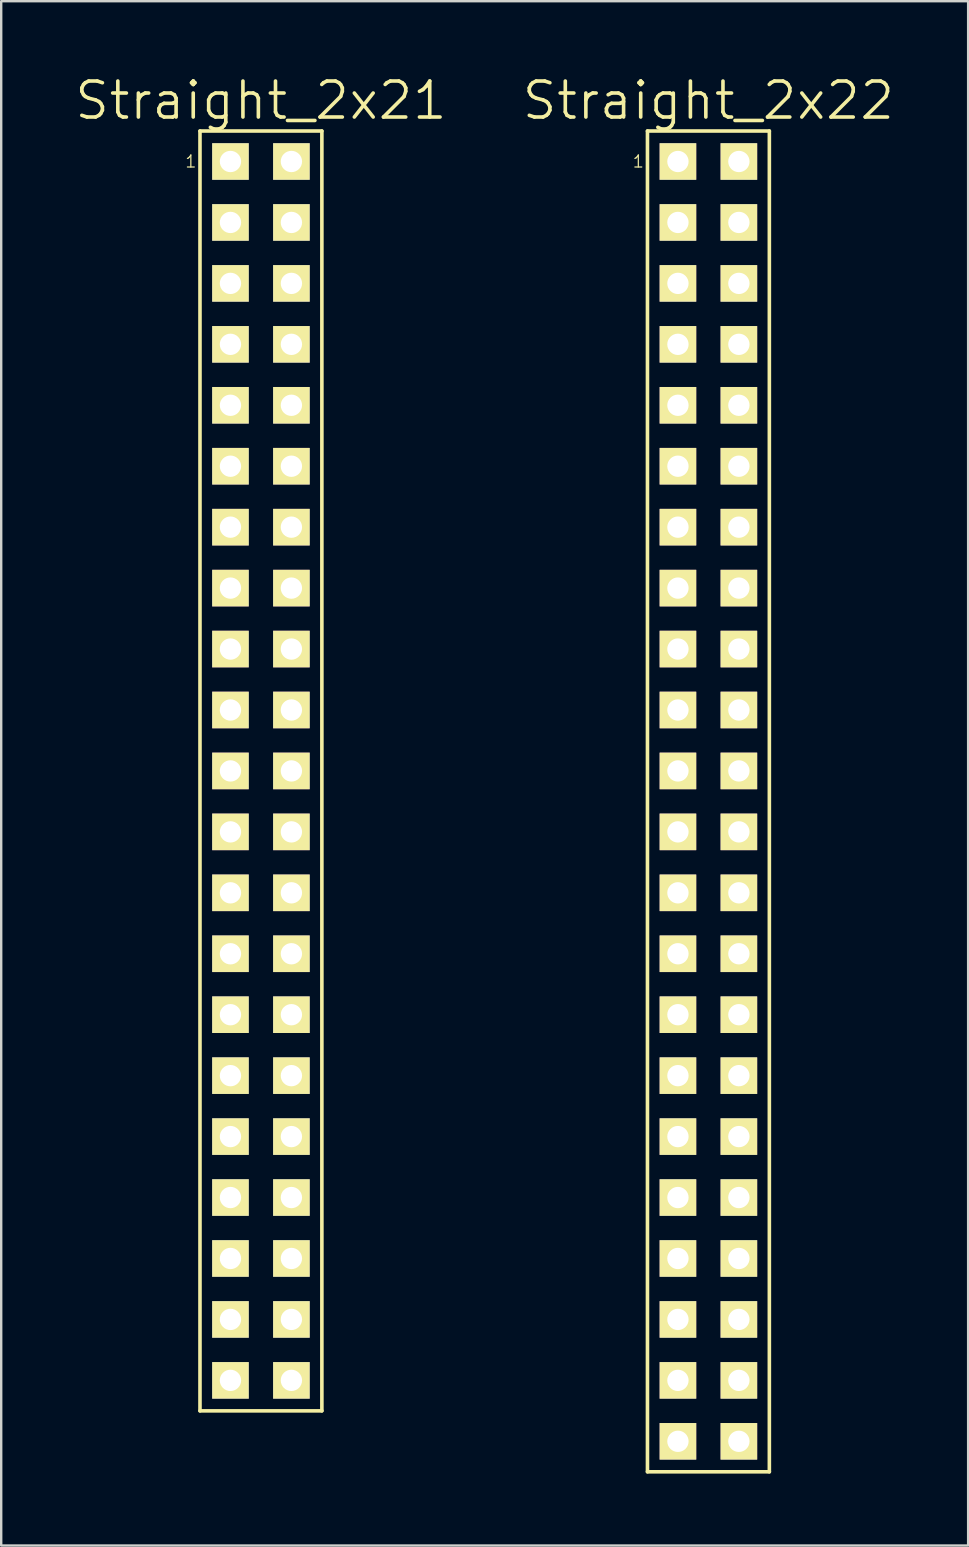
<source format=kicad_pcb>
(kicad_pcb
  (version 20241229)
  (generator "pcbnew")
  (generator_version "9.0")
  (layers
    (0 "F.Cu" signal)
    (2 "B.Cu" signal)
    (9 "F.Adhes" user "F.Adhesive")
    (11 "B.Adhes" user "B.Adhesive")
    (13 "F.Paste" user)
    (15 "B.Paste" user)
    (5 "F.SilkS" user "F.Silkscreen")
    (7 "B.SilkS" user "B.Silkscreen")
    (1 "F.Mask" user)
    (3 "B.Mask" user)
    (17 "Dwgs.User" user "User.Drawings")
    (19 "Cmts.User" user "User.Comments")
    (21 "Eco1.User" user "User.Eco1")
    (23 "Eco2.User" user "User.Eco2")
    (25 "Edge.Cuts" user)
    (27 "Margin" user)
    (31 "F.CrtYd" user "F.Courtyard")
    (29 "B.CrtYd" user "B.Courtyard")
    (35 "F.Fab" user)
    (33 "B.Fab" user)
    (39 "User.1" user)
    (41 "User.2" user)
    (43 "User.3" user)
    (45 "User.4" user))
  (footprint "Straight_2x22"
    (layer "F.Cu")
    (at 26.475 30.351)
    (property "Reference" "Straight_2x22" (at 0 -29.21 0) (layer "F.SilkS") (effects (font (size 1.5 1.5) (thickness 0.15))))
    (attr through_hole)
    (fp_line (start -2.54 -27.94) (end 2.54 -27.94) (stroke (width 0.15) (type solid)) (layer "F.SilkS"))
    (fp_line (start -2.54 27.94) (end -2.54 -27.94) (stroke (width 0.15) (type solid)) (layer "F.SilkS"))
    (fp_line (start 2.54 -27.94) (end 2.54 27.94) (stroke (width 0.15) (type solid)) (layer "F.SilkS"))
    (fp_line (start 2.54 27.94) (end -2.54 27.94) (stroke (width 0.15) (type solid)) (layer "F.SilkS"))
    (fp_text user "1" (at -2.921 -26.67 0) (layer "F.SilkS") (effects (font (size 0.5 0.5) (thickness 0.05))))
    (pad "1" thru_hole rect (at -1.27 -26.67) (size 1.524 1.524) (drill 0.889) (layers "*.Cu" "*.Mask" "F.SilkS"))
    (pad "2" thru_hole rect (at 1.27 -26.67) (size 1.524 1.524) (drill 0.889) (layers "*.Cu" "*.Mask" "F.SilkS"))
    (pad "3" thru_hole rect (at -1.27 -24.13) (size 1.524 1.524) (drill 0.889) (layers "*.Cu" "*.Mask" "F.SilkS"))
    (pad "4" thru_hole rect (at 1.27 -24.13) (size 1.524 1.524) (drill 0.889) (layers "*.Cu" "*.Mask" "F.SilkS"))
    (pad "5" thru_hole rect (at -1.27 -21.59) (size 1.524 1.524) (drill 0.889) (layers "*.Cu" "*.Mask" "F.SilkS"))
    (pad "6" thru_hole rect (at 1.27 -21.59) (size 1.524 1.524) (drill 0.889) (layers "*.Cu" "*.Mask" "F.SilkS"))
    (pad "7" thru_hole rect (at -1.27 -19.05) (size 1.524 1.524) (drill 0.889) (layers "*.Cu" "*.Mask" "F.SilkS"))
    (pad "8" thru_hole rect (at 1.27 -19.05) (size 1.524 1.524) (drill 0.889) (layers "*.Cu" "*.Mask" "F.SilkS"))
    (pad "9" thru_hole rect (at -1.27 -16.51) (size 1.524 1.524) (drill 0.889) (layers "*.Cu" "*.Mask" "F.SilkS"))
    (pad "10" thru_hole rect (at 1.27 -16.51) (size 1.524 1.524) (drill 0.889) (layers "*.Cu" "*.Mask" "F.SilkS"))
    (pad "11" thru_hole rect (at -1.27 -13.97) (size 1.524 1.524) (drill 0.889) (layers "*.Cu" "*.Mask" "F.SilkS"))
    (pad "12" thru_hole rect (at 1.27 -13.97) (size 1.524 1.524) (drill 0.889) (layers "*.Cu" "*.Mask" "F.SilkS"))
    (pad "13" thru_hole rect (at -1.27 -11.43) (size 1.524 1.524) (drill 0.889) (layers "*.Cu" "*.Mask" "F.SilkS"))
    (pad "14" thru_hole rect (at 1.27 -11.43) (size 1.524 1.524) (drill 0.889) (layers "*.Cu" "*.Mask" "F.SilkS"))
    (pad "15" thru_hole rect (at -1.27 -8.89) (size 1.524 1.524) (drill 0.889) (layers "*.Cu" "*.Mask" "F.SilkS"))
    (pad "16" thru_hole rect (at 1.27 -8.89) (size 1.524 1.524) (drill 0.889) (layers "*.Cu" "*.Mask" "F.SilkS"))
    (pad "17" thru_hole rect (at -1.27 -6.35) (size 1.524 1.524) (drill 0.889) (layers "*.Cu" "*.Mask" "F.SilkS"))
    (pad "18" thru_hole rect (at 1.27 -6.35) (size 1.524 1.524) (drill 0.889) (layers "*.Cu" "*.Mask" "F.SilkS"))
    (pad "19" thru_hole rect (at -1.27 -3.81) (size 1.524 1.524) (drill 0.889) (layers "*.Cu" "*.Mask" "F.SilkS"))
    (pad "20" thru_hole rect (at 1.27 -3.81) (size 1.524 1.524) (drill 0.889) (layers "*.Cu" "*.Mask" "F.SilkS"))
    (pad "21" thru_hole rect (at -1.27 -1.27) (size 1.524 1.524) (drill 0.889) (layers "*.Cu" "*.Mask" "F.SilkS"))
    (pad "22" thru_hole rect (at 1.27 -1.27) (size 1.524 1.524) (drill 0.889) (layers "*.Cu" "*.Mask" "F.SilkS"))
    (pad "23" thru_hole rect (at -1.27 1.27) (size 1.524 1.524) (drill 0.889) (layers "*.Cu" "*.Mask" "F.SilkS"))
    (pad "24" thru_hole rect (at 1.27 1.27) (size 1.524 1.524) (drill 0.889) (layers "*.Cu" "*.Mask" "F.SilkS"))
    (pad "25" thru_hole rect (at -1.27 3.81) (size 1.524 1.524) (drill 0.889) (layers "*.Cu" "*.Mask" "F.SilkS"))
    (pad "26" thru_hole rect (at 1.27 3.81) (size 1.524 1.524) (drill 0.889) (layers "*.Cu" "*.Mask" "F.SilkS"))
    (pad "27" thru_hole rect (at -1.27 6.35) (size 1.524 1.524) (drill 0.889) (layers "*.Cu" "*.Mask" "F.SilkS"))
    (pad "28" thru_hole rect (at 1.27 6.35) (size 1.524 1.524) (drill 0.889) (layers "*.Cu" "*.Mask" "F.SilkS"))
    (pad "29" thru_hole rect (at -1.27 8.89) (size 1.524 1.524) (drill 0.889) (layers "*.Cu" "*.Mask" "F.SilkS"))
    (pad "30" thru_hole rect (at 1.27 8.89) (size 1.524 1.524) (drill 0.889) (layers "*.Cu" "*.Mask" "F.SilkS"))
    (pad "31" thru_hole rect (at -1.27 11.43) (size 1.524 1.524) (drill 0.889) (layers "*.Cu" "*.Mask" "F.SilkS"))
    (pad "32" thru_hole rect (at 1.27 11.43) (size 1.524 1.524) (drill 0.889) (layers "*.Cu" "*.Mask" "F.SilkS"))
    (pad "33" thru_hole rect (at -1.27 13.97) (size 1.524 1.524) (drill 0.889) (layers "*.Cu" "*.Mask" "F.SilkS"))
    (pad "34" thru_hole rect (at 1.27 13.97) (size 1.524 1.524) (drill 0.889) (layers "*.Cu" "*.Mask" "F.SilkS"))
    (pad "35" thru_hole rect (at -1.27 16.51) (size 1.524 1.524) (drill 0.889) (layers "*.Cu" "*.Mask" "F.SilkS"))
    (pad "36" thru_hole rect (at 1.27 16.51) (size 1.524 1.524) (drill 0.889) (layers "*.Cu" "*.Mask" "F.SilkS"))
    (pad "37" thru_hole rect (at -1.27 19.05) (size 1.524 1.524) (drill 0.889) (layers "*.Cu" "*.Mask" "F.SilkS"))
    (pad "38" thru_hole rect (at 1.27 19.05) (size 1.524 1.524) (drill 0.889) (layers "*.Cu" "*.Mask" "F.SilkS"))
    (pad "39" thru_hole rect (at -1.27 21.59) (size 1.524 1.524) (drill 0.889) (layers "*.Cu" "*.Mask" "F.SilkS"))
    (pad "40" thru_hole rect (at 1.27 21.59) (size 1.524 1.524) (drill 0.889) (layers "*.Cu" "*.Mask" "F.SilkS"))
    (pad "41" thru_hole rect (at -1.27 24.13) (size 1.524 1.524) (drill 0.889) (layers "*.Cu" "*.Mask" "F.SilkS"))
    (pad "42" thru_hole rect (at 1.27 24.13) (size 1.524 1.524) (drill 0.889) (layers "*.Cu" "*.Mask" "F.SilkS"))
    (pad "43" thru_hole rect (at -1.27 26.67) (size 1.524 1.524) (drill 0.889) (layers "*.Cu" "*.Mask" "F.SilkS"))
    (pad "44" thru_hole rect (at 1.27 26.67) (size 1.524 1.524) (drill 0.889) (layers "*.Cu" "*.Mask" "F.SilkS")))
  (footprint "Straight_2x21"
    (layer "F.Cu")
    (at 7.825 29.081)
    (property "Reference" "Straight_2x21" (at 0 -27.94 0) (layer "F.SilkS") (effects (font (size 1.5 1.5) (thickness 0.15))))
    (attr through_hole)
    (fp_line (start -2.54 -26.67) (end 2.54 -26.67) (stroke (width 0.15) (type solid)) (layer "F.SilkS"))
    (fp_line (start -2.54 26.67) (end -2.54 -26.67) (stroke (width 0.15) (type solid)) (layer "F.SilkS"))
    (fp_line (start 2.54 -26.67) (end 2.54 26.67) (stroke (width 0.15) (type solid)) (layer "F.SilkS"))
    (fp_line (start 2.54 26.67) (end -2.54 26.67) (stroke (width 0.15) (type solid)) (layer "F.SilkS"))
    (fp_text user "1" (at -2.921 -25.4 0) (layer "F.SilkS") (effects (font (size 0.5 0.5) (thickness 0.05))))
    (pad "1" thru_hole rect (at -1.27 -25.4) (size 1.524 1.524) (drill 0.889) (layers "*.Cu" "*.Mask" "F.SilkS"))
    (pad "2" thru_hole rect (at 1.27 -25.4) (size 1.524 1.524) (drill 0.889) (layers "*.Cu" "*.Mask" "F.SilkS"))
    (pad "3" thru_hole rect (at -1.27 -22.86) (size 1.524 1.524) (drill 0.889) (layers "*.Cu" "*.Mask" "F.SilkS"))
    (pad "4" thru_hole rect (at 1.27 -22.86) (size 1.524 1.524) (drill 0.889) (layers "*.Cu" "*.Mask" "F.SilkS"))
    (pad "5" thru_hole rect (at -1.27 -20.32) (size 1.524 1.524) (drill 0.889) (layers "*.Cu" "*.Mask" "F.SilkS"))
    (pad "6" thru_hole rect (at 1.27 -20.32) (size 1.524 1.524) (drill 0.889) (layers "*.Cu" "*.Mask" "F.SilkS"))
    (pad "7" thru_hole rect (at -1.27 -17.78) (size 1.524 1.524) (drill 0.889) (layers "*.Cu" "*.Mask" "F.SilkS"))
    (pad "8" thru_hole rect (at 1.27 -17.78) (size 1.524 1.524) (drill 0.889) (layers "*.Cu" "*.Mask" "F.SilkS"))
    (pad "9" thru_hole rect (at -1.27 -15.24) (size 1.524 1.524) (drill 0.889) (layers "*.Cu" "*.Mask" "F.SilkS"))
    (pad "10" thru_hole rect (at 1.27 -15.24) (size 1.524 1.524) (drill 0.889) (layers "*.Cu" "*.Mask" "F.SilkS"))
    (pad "11" thru_hole rect (at -1.27 -12.7) (size 1.524 1.524) (drill 0.889) (layers "*.Cu" "*.Mask" "F.SilkS"))
    (pad "12" thru_hole rect (at 1.27 -12.7) (size 1.524 1.524) (drill 0.889) (layers "*.Cu" "*.Mask" "F.SilkS"))
    (pad "13" thru_hole rect (at -1.27 -10.16) (size 1.524 1.524) (drill 0.889) (layers "*.Cu" "*.Mask" "F.SilkS"))
    (pad "14" thru_hole rect (at 1.27 -10.16) (size 1.524 1.524) (drill 0.889) (layers "*.Cu" "*.Mask" "F.SilkS"))
    (pad "15" thru_hole rect (at -1.27 -7.62) (size 1.524 1.524) (drill 0.889) (layers "*.Cu" "*.Mask" "F.SilkS"))
    (pad "16" thru_hole rect (at 1.27 -7.62) (size 1.524 1.524) (drill 0.889) (layers "*.Cu" "*.Mask" "F.SilkS"))
    (pad "17" thru_hole rect (at -1.27 -5.08) (size 1.524 1.524) (drill 0.889) (layers "*.Cu" "*.Mask" "F.SilkS"))
    (pad "18" thru_hole rect (at 1.27 -5.08) (size 1.524 1.524) (drill 0.889) (layers "*.Cu" "*.Mask" "F.SilkS"))
    (pad "19" thru_hole rect (at -1.27 -2.54) (size 1.524 1.524) (drill 0.889) (layers "*.Cu" "*.Mask" "F.SilkS"))
    (pad "20" thru_hole rect (at 1.27 -2.54) (size 1.524 1.524) (drill 0.889) (layers "*.Cu" "*.Mask" "F.SilkS"))
    (pad "21" thru_hole rect (at -1.27 0) (size 1.524 1.524) (drill 0.889) (layers "*.Cu" "*.Mask" "F.SilkS"))
    (pad "22" thru_hole rect (at 1.27 0) (size 1.524 1.524) (drill 0.889) (layers "*.Cu" "*.Mask" "F.SilkS"))
    (pad "23" thru_hole rect (at -1.27 2.54) (size 1.524 1.524) (drill 0.889) (layers "*.Cu" "*.Mask" "F.SilkS"))
    (pad "24" thru_hole rect (at 1.27 2.54) (size 1.524 1.524) (drill 0.889) (layers "*.Cu" "*.Mask" "F.SilkS"))
    (pad "25" thru_hole rect (at -1.27 5.08) (size 1.524 1.524) (drill 0.889) (layers "*.Cu" "*.Mask" "F.SilkS"))
    (pad "26" thru_hole rect (at 1.27 5.08) (size 1.524 1.524) (drill 0.889) (layers "*.Cu" "*.Mask" "F.SilkS"))
    (pad "27" thru_hole rect (at -1.27 7.62) (size 1.524 1.524) (drill 0.889) (layers "*.Cu" "*.Mask" "F.SilkS"))
    (pad "28" thru_hole rect (at 1.27 7.62) (size 1.524 1.524) (drill 0.889) (layers "*.Cu" "*.Mask" "F.SilkS"))
    (pad "29" thru_hole rect (at -1.27 10.16) (size 1.524 1.524) (drill 0.889) (layers "*.Cu" "*.Mask" "F.SilkS"))
    (pad "30" thru_hole rect (at 1.27 10.16) (size 1.524 1.524) (drill 0.889) (layers "*.Cu" "*.Mask" "F.SilkS"))
    (pad "31" thru_hole rect (at -1.27 12.7) (size 1.524 1.524) (drill 0.889) (layers "*.Cu" "*.Mask" "F.SilkS"))
    (pad "32" thru_hole rect (at 1.27 12.7) (size 1.524 1.524) (drill 0.889) (layers "*.Cu" "*.Mask" "F.SilkS"))
    (pad "33" thru_hole rect (at -1.27 15.24) (size 1.524 1.524) (drill 0.889) (layers "*.Cu" "*.Mask" "F.SilkS"))
    (pad "34" thru_hole rect (at 1.27 15.24) (size 1.524 1.524) (drill 0.889) (layers "*.Cu" "*.Mask" "F.SilkS"))
    (pad "35" thru_hole rect (at -1.27 17.78) (size 1.524 1.524) (drill 0.889) (layers "*.Cu" "*.Mask" "F.SilkS"))
    (pad "36" thru_hole rect (at 1.27 17.78) (size 1.524 1.524) (drill 0.889) (layers "*.Cu" "*.Mask" "F.SilkS"))
    (pad "37" thru_hole rect (at -1.27 20.32) (size 1.524 1.524) (drill 0.889) (layers "*.Cu" "*.Mask" "F.SilkS"))
    (pad "38" thru_hole rect (at 1.27 20.32) (size 1.524 1.524) (drill 0.889) (layers "*.Cu" "*.Mask" "F.SilkS"))
    (pad "39" thru_hole rect (at -1.27 22.86) (size 1.524 1.524) (drill 0.889) (layers "*.Cu" "*.Mask" "F.SilkS"))
    (pad "40" thru_hole rect (at 1.27 22.86) (size 1.524 1.524) (drill 0.889) (layers "*.Cu" "*.Mask" "F.SilkS"))
    (pad "41" thru_hole rect (at -1.27 25.4) (size 1.524 1.524) (drill 0.889) (layers "*.Cu" "*.Mask" "F.SilkS"))
    (pad "42" thru_hole rect (at 1.27 25.4) (size 1.524 1.524) (drill 0.889) (layers "*.Cu" "*.Mask" "F.SilkS")))
  (gr_rect
    (start -3 -3)
    (end 37.3 61.366)
    (stroke (width 0.1) (type default))
    (fill no)
    (layer "Edge.Cuts")))
</source>
